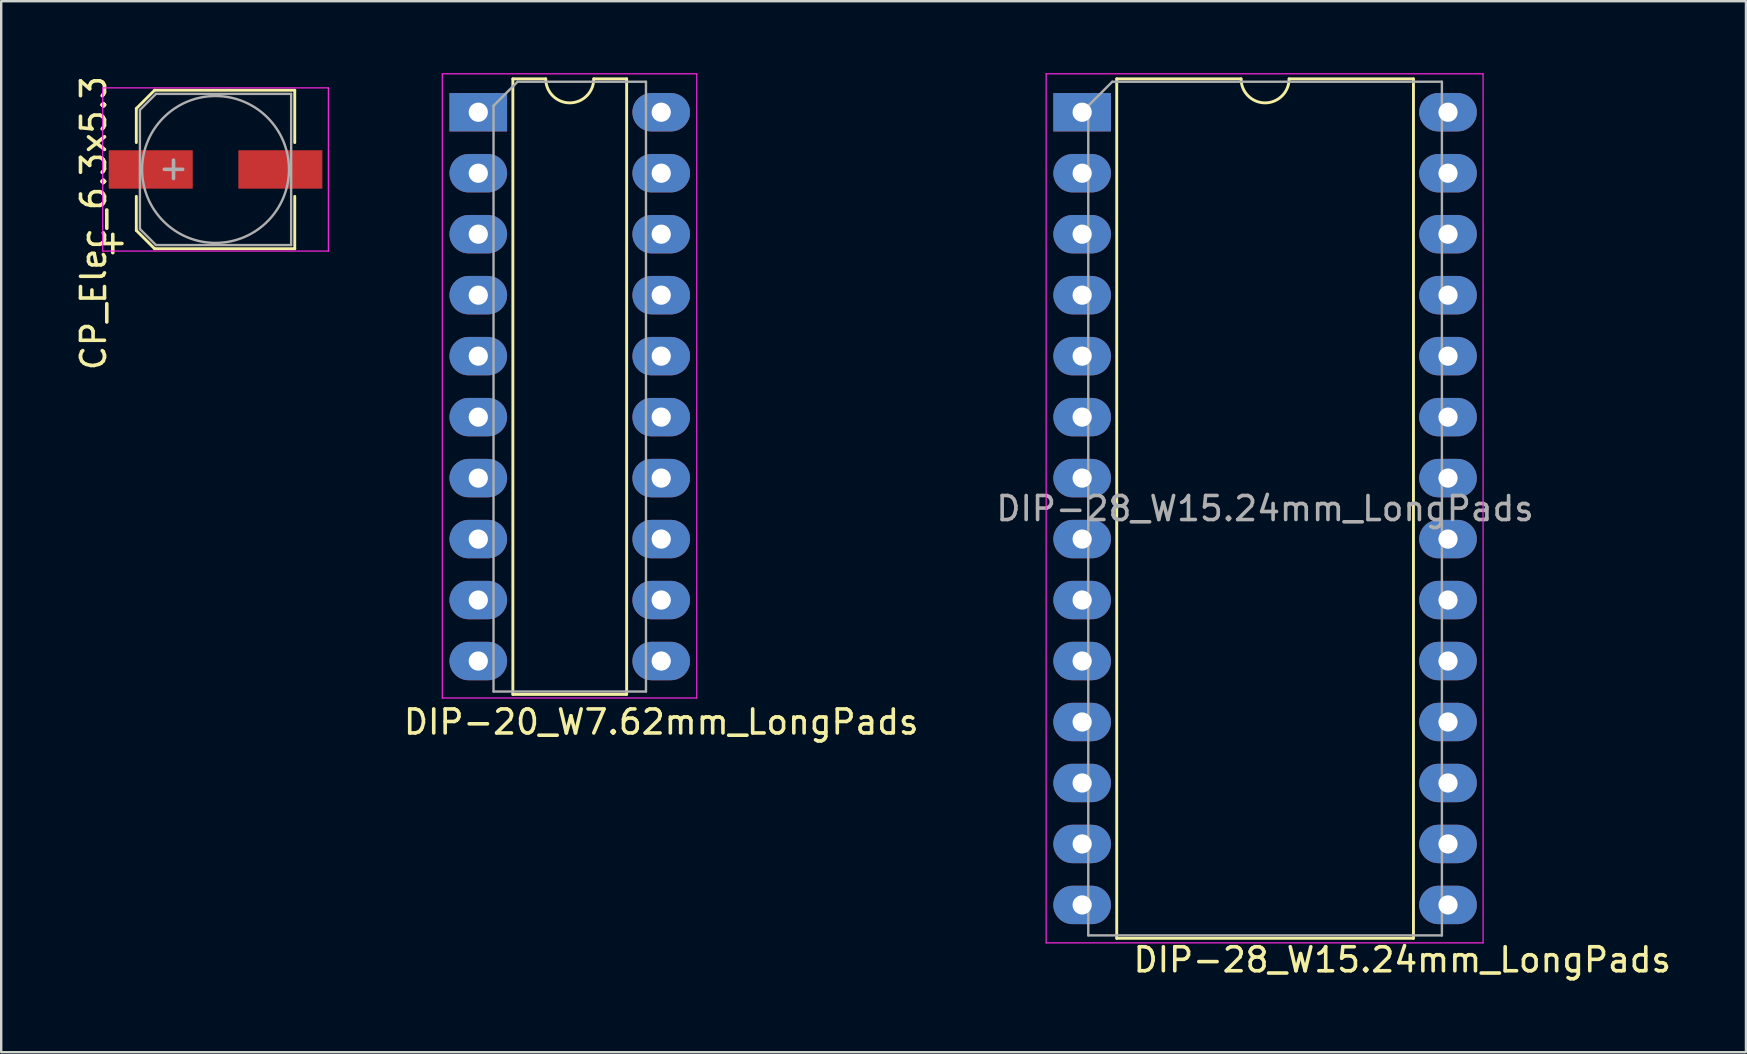
<source format=kicad_pcb>
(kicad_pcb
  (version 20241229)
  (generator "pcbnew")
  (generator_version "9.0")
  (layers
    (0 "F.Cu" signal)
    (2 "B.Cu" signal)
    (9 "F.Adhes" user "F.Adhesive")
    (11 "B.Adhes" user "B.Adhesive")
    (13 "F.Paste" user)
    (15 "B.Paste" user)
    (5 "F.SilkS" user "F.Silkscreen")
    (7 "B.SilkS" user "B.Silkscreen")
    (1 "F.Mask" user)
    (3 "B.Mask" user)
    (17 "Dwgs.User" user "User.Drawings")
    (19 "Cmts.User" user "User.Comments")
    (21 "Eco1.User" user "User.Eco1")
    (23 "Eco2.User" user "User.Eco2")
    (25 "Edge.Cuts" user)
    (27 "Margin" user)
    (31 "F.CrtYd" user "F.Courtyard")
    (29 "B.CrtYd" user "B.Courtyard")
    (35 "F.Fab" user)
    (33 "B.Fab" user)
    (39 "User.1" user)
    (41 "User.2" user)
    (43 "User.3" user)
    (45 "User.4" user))
  (footprint "DIP-28_W15.24mm_LongPads"
    (layer "F.Cu")
    (at 42.027 1.625)
    (property "Reference" "DIP-28_W15.24mm_LongPads" (at 13.335 35.306 0) (layer "F.SilkS") (effects (font (size 1 1) (thickness 0.15))))
    (attr through_hole)
    (fp_line (start 1.44 -1.39) (end 1.44 34.41) (stroke (width 0.12) (type solid)) (layer "F.SilkS"))
    (fp_line (start 1.44 34.41) (end 13.8 34.41) (stroke (width 0.12) (type solid)) (layer "F.SilkS"))
    (fp_line (start 6.62 -1.39) (end 1.44 -1.39) (stroke (width 0.12) (type solid)) (layer "F.SilkS"))
    (fp_line (start 13.8 -1.39) (end 8.62 -1.39) (stroke (width 0.12) (type solid)) (layer "F.SilkS"))
    (fp_line (start 13.8 34.41) (end 13.8 -1.39) (stroke (width 0.12) (type solid)) (layer "F.SilkS"))
    (fp_arc (start 8.62 -1.39) (mid 7.62 -0.39) (end 6.62 -1.39) (stroke (width 0.12) (type solid)) (layer "F.SilkS"))
    (fp_line (start -1.5 -1.6) (end -1.5 34.6) (stroke (width 0.05) (type solid)) (layer "F.CrtYd"))
    (fp_line (start -1.5 34.6) (end 16.7 34.6) (stroke (width 0.05) (type solid)) (layer "F.CrtYd"))
    (fp_line (start 16.7 -1.6) (end -1.5 -1.6) (stroke (width 0.05) (type solid)) (layer "F.CrtYd"))
    (fp_line (start 16.7 34.6) (end 16.7 -1.6) (stroke (width 0.05) (type solid)) (layer "F.CrtYd"))
    (fp_line (start 0.255 -0.27) (end 1.255 -1.27) (stroke (width 0.1) (type solid)) (layer "F.Fab"))
    (fp_line (start 0.255 34.29) (end 0.255 -0.27) (stroke (width 0.1) (type solid)) (layer "F.Fab"))
    (fp_line (start 1.255 -1.27) (end 14.985 -1.27) (stroke (width 0.1) (type solid)) (layer "F.Fab"))
    (fp_line (start 14.985 -1.27) (end 14.985 34.29) (stroke (width 0.1) (type solid)) (layer "F.Fab"))
    (fp_line (start 14.985 34.29) (end 0.255 34.29) (stroke (width 0.1) (type solid)) (layer "F.Fab"))
    (fp_text user "${REFERENCE}" (at 7.62 16.51 0) (layer "F.Fab") (effects (font (size 1 1) (thickness 0.15))))
    (pad "1" thru_hole rect (at 0 0) (size 2.4 1.6) (drill 0.8) (layers "*.Cu" "*.Mask"))
    (pad "2" thru_hole oval (at 0 2.54) (size 2.4 1.6) (drill 0.8) (layers "*.Cu" "*.Mask"))
    (pad "3" thru_hole oval (at 0 5.08) (size 2.4 1.6) (drill 0.8) (layers "*.Cu" "*.Mask"))
    (pad "4" thru_hole oval (at 0 7.62) (size 2.4 1.6) (drill 0.8) (layers "*.Cu" "*.Mask"))
    (pad "5" thru_hole oval (at 0 10.16) (size 2.4 1.6) (drill 0.8) (layers "*.Cu" "*.Mask"))
    (pad "6" thru_hole oval (at 0 12.7) (size 2.4 1.6) (drill 0.8) (layers "*.Cu" "*.Mask"))
    (pad "7" thru_hole oval (at 0 15.24) (size 2.4 1.6) (drill 0.8) (layers "*.Cu" "*.Mask"))
    (pad "8" thru_hole oval (at 0 17.78) (size 2.4 1.6) (drill 0.8) (layers "*.Cu" "*.Mask"))
    (pad "9" thru_hole oval (at 0 20.32) (size 2.4 1.6) (drill 0.8) (layers "*.Cu" "*.Mask"))
    (pad "10" thru_hole oval (at 0 22.86) (size 2.4 1.6) (drill 0.8) (layers "*.Cu" "*.Mask"))
    (pad "11" thru_hole oval (at 0 25.4) (size 2.4 1.6) (drill 0.8) (layers "*.Cu" "*.Mask"))
    (pad "12" thru_hole oval (at 0 27.94) (size 2.4 1.6) (drill 0.8) (layers "*.Cu" "*.Mask"))
    (pad "13" thru_hole oval (at 0 30.48) (size 2.4 1.6) (drill 0.8) (layers "*.Cu" "*.Mask"))
    (pad "14" thru_hole oval (at 0 33.02) (size 2.4 1.6) (drill 0.8) (layers "*.Cu" "*.Mask"))
    (pad "15" thru_hole oval (at 15.24 33.02) (size 2.4 1.6) (drill 0.8) (layers "*.Cu" "*.Mask"))
    (pad "16" thru_hole oval (at 15.24 30.48) (size 2.4 1.6) (drill 0.8) (layers "*.Cu" "*.Mask"))
    (pad "17" thru_hole oval (at 15.24 27.94) (size 2.4 1.6) (drill 0.8) (layers "*.Cu" "*.Mask"))
    (pad "18" thru_hole oval (at 15.24 25.4) (size 2.4 1.6) (drill 0.8) (layers "*.Cu" "*.Mask"))
    (pad "19" thru_hole oval (at 15.24 22.86) (size 2.4 1.6) (drill 0.8) (layers "*.Cu" "*.Mask"))
    (pad "20" thru_hole oval (at 15.24 20.32) (size 2.4 1.6) (drill 0.8) (layers "*.Cu" "*.Mask"))
    (pad "21" thru_hole oval (at 15.24 17.78) (size 2.4 1.6) (drill 0.8) (layers "*.Cu" "*.Mask"))
    (pad "22" thru_hole oval (at 15.24 15.24) (size 2.4 1.6) (drill 0.8) (layers "*.Cu" "*.Mask"))
    (pad "23" thru_hole oval (at 15.24 12.7) (size 2.4 1.6) (drill 0.8) (layers "*.Cu" "*.Mask"))
    (pad "24" thru_hole oval (at 15.24 10.16) (size 2.4 1.6) (drill 0.8) (layers "*.Cu" "*.Mask"))
    (pad "25" thru_hole oval (at 15.24 7.62) (size 2.4 1.6) (drill 0.8) (layers "*.Cu" "*.Mask"))
    (pad "26" thru_hole oval (at 15.24 5.08) (size 2.4 1.6) (drill 0.8) (layers "*.Cu" "*.Mask"))
    (pad "27" thru_hole oval (at 15.24 2.54) (size 2.4 1.6) (drill 0.8) (layers "*.Cu" "*.Mask"))
    (pad "28" thru_hole oval (at 15.24 0) (size 2.4 1.6) (drill 0.8) (layers "*.Cu" "*.Mask")))
  (footprint "DIP-20_W7.62mm_LongPads"
    (layer "F.Cu")
    (at 16.873 1.625)
    (property "Reference" "DIP-20_W7.62mm_LongPads" (at 7.62 25.4 0) (layer "F.SilkS") (effects (font (size 1 1) (thickness 0.15))))
    (attr through_hole)
    (fp_line (start 1.44 -1.39) (end 1.44 24.25) (stroke (width 0.12) (type solid)) (layer "F.SilkS"))
    (fp_line (start 1.44 24.25) (end 6.18 24.25) (stroke (width 0.12) (type solid)) (layer "F.SilkS"))
    (fp_line (start 2.81 -1.39) (end 1.44 -1.39) (stroke (width 0.12) (type solid)) (layer "F.SilkS"))
    (fp_line (start 6.18 -1.39) (end 4.81 -1.39) (stroke (width 0.12) (type solid)) (layer "F.SilkS"))
    (fp_line (start 6.18 24.25) (end 6.18 -1.39) (stroke (width 0.12) (type solid)) (layer "F.SilkS"))
    (fp_arc (start 4.81 -1.39) (mid 3.81 -0.39) (end 2.81 -1.39) (stroke (width 0.12) (type solid)) (layer "F.SilkS"))
    (fp_line (start -1.5 -1.6) (end -1.5 24.4) (stroke (width 0.05) (type solid)) (layer "F.CrtYd"))
    (fp_line (start -1.5 24.4) (end 9.1 24.4) (stroke (width 0.05) (type solid)) (layer "F.CrtYd"))
    (fp_line (start 9.1 -1.6) (end -1.5 -1.6) (stroke (width 0.05) (type solid)) (layer "F.CrtYd"))
    (fp_line (start 9.1 24.4) (end 9.1 -1.6) (stroke (width 0.05) (type solid)) (layer "F.CrtYd"))
    (fp_line (start 0.635 -0.27) (end 1.635 -1.27) (stroke (width 0.1) (type solid)) (layer "F.Fab"))
    (fp_line (start 0.635 24.13) (end 0.635 -0.27) (stroke (width 0.1) (type solid)) (layer "F.Fab"))
    (fp_line (start 1.635 -1.27) (end 6.985 -1.27) (stroke (width 0.1) (type solid)) (layer "F.Fab"))
    (fp_line (start 6.985 -1.27) (end 6.985 24.13) (stroke (width 0.1) (type solid)) (layer "F.Fab"))
    (fp_line (start 6.985 24.13) (end 0.635 24.13) (stroke (width 0.1) (type solid)) (layer "F.Fab"))
    (pad "1" thru_hole rect (at 0 0) (size 2.4 1.6) (drill 0.8) (layers "*.Cu" "*.Mask"))
    (pad "2" thru_hole oval (at 0 2.54) (size 2.4 1.6) (drill 0.8) (layers "*.Cu" "*.Mask"))
    (pad "3" thru_hole oval (at 0 5.08) (size 2.4 1.6) (drill 0.8) (layers "*.Cu" "*.Mask"))
    (pad "4" thru_hole oval (at 0 7.62) (size 2.4 1.6) (drill 0.8) (layers "*.Cu" "*.Mask"))
    (pad "5" thru_hole oval (at 0 10.16) (size 2.4 1.6) (drill 0.8) (layers "*.Cu" "*.Mask"))
    (pad "6" thru_hole oval (at 0 12.7) (size 2.4 1.6) (drill 0.8) (layers "*.Cu" "*.Mask"))
    (pad "7" thru_hole oval (at 0 15.24) (size 2.4 1.6) (drill 0.8) (layers "*.Cu" "*.Mask"))
    (pad "8" thru_hole oval (at 0 17.78) (size 2.4 1.6) (drill 0.8) (layers "*.Cu" "*.Mask"))
    (pad "9" thru_hole oval (at 0 20.32) (size 2.4 1.6) (drill 0.8) (layers "*.Cu" "*.Mask"))
    (pad "10" thru_hole oval (at 0 22.86) (size 2.4 1.6) (drill 0.8) (layers "*.Cu" "*.Mask"))
    (pad "11" thru_hole oval (at 7.62 22.86) (size 2.4 1.6) (drill 0.8) (layers "*.Cu" "*.Mask"))
    (pad "12" thru_hole oval (at 7.62 20.32) (size 2.4 1.6) (drill 0.8) (layers "*.Cu" "*.Mask"))
    (pad "13" thru_hole oval (at 7.62 17.78) (size 2.4 1.6) (drill 0.8) (layers "*.Cu" "*.Mask"))
    (pad "14" thru_hole oval (at 7.62 15.24) (size 2.4 1.6) (drill 0.8) (layers "*.Cu" "*.Mask"))
    (pad "15" thru_hole oval (at 7.62 12.7) (size 2.4 1.6) (drill 0.8) (layers "*.Cu" "*.Mask"))
    (pad "16" thru_hole oval (at 7.62 10.16) (size 2.4 1.6) (drill 0.8) (layers "*.Cu" "*.Mask"))
    (pad "17" thru_hole oval (at 7.62 7.62) (size 2.4 1.6) (drill 0.8) (layers "*.Cu" "*.Mask"))
    (pad "18" thru_hole oval (at 7.62 5.08) (size 2.4 1.6) (drill 0.8) (layers "*.Cu" "*.Mask"))
    (pad "19" thru_hole oval (at 7.62 2.54) (size 2.4 1.6) (drill 0.8) (layers "*.Cu" "*.Mask"))
    (pad "20" thru_hole oval (at 7.62 0) (size 2.4 1.6) (drill 0.8) (layers "*.Cu" "*.Mask")))
  (footprint "CP_Elec_6.3x5.3"
    (layer "F.Cu")
    (at 5.928 4.009)
    (property "Reference" "CP_Elec_6.3x5.3" (at -5.08 2.235 90) (layer "F.SilkS") (effects (font (size 1 1) (thickness 0.15))))
    (attr smd)
    (fp_line (start -3.3 -2.54) (end -3.3 -1.12) (stroke (width 0.12) (type solid)) (layer "F.SilkS"))
    (fp_line (start -3.3 -2.54) (end -2.54 -3.3) (stroke (width 0.12) (type solid)) (layer "F.SilkS"))
    (fp_line (start -3.3 2.54) (end -3.3 1.12) (stroke (width 0.12) (type solid)) (layer "F.SilkS"))
    (fp_line (start -2.54 -3.3) (end 3.3 -3.3) (stroke (width 0.12) (type solid)) (layer "F.SilkS"))
    (fp_line (start -2.54 3.3) (end -3.3 2.54) (stroke (width 0.12) (type solid)) (layer "F.SilkS"))
    (fp_line (start 3.3 -3.3) (end 3.3 -1.12) (stroke (width 0.12) (type solid)) (layer "F.SilkS"))
    (fp_line (start 3.3 3.3) (end -2.54 3.3) (stroke (width 0.12) (type solid)) (layer "F.SilkS"))
    (fp_line (start 3.3 3.3) (end 3.3 1.12) (stroke (width 0.12) (type solid)) (layer "F.SilkS"))
    (fp_line (start -4.7 -3.4) (end -4.7 3.4) (stroke (width 0.05) (type solid)) (layer "F.CrtYd"))
    (fp_line (start -4.7 -3.4) (end 4.7 -3.4) (stroke (width 0.05) (type solid)) (layer "F.CrtYd"))
    (fp_line (start 4.7 3.4) (end -4.7 3.4) (stroke (width 0.05) (type solid)) (layer "F.CrtYd"))
    (fp_line (start 4.7 3.4) (end 4.7 -3.4) (stroke (width 0.05) (type solid)) (layer "F.CrtYd"))
    (fp_line (start -3.15 -2.48) (end -3.15 2.48) (stroke (width 0.1) (type solid)) (layer "F.Fab"))
    (fp_line (start -3.15 2.48) (end -2.48 3.15) (stroke (width 0.1) (type solid)) (layer "F.Fab"))
    (fp_line (start -2.48 -3.15) (end -3.15 -2.48) (stroke (width 0.1) (type solid)) (layer "F.Fab"))
    (fp_line (start -2.48 3.15) (end 3.15 3.15) (stroke (width 0.1) (type solid)) (layer "F.Fab"))
    (fp_line (start 3.15 -3.15) (end -2.48 -3.15) (stroke (width 0.1) (type solid)) (layer "F.Fab"))
    (fp_line (start 3.15 3.15) (end 3.15 -3.15) (stroke (width 0.1) (type solid)) (layer "F.Fab"))
    (fp_circle (center 0 0) (end 0.6 3) (stroke (width 0.1) (type solid)) (fill no) (layer "F.Fab"))
    (fp_text user "+" (at -4.28 3.01 0) (layer "F.SilkS") (effects (font (size 1 1) (thickness 0.15))))
    (fp_text user "+" (at -1.75 -0.08 0) (layer "F.Fab") (effects (font (size 1 1) (thickness 0.15))))
    (pad "1" smd rect (at -2.7 0 180) (size 3.5 1.6) (layers "F.Cu" "F.Mask" "F.Paste"))
    (pad "2" smd rect (at 2.7 0 180) (size 3.5 1.6) (layers "F.Cu" "F.Mask" "F.Paste")))
  (gr_rect
    (start -3 -3)
    (end 69.678 40.779)
    (stroke (width 0.1) (type default))
    (fill no)
    (layer "Edge.Cuts")))
</source>
